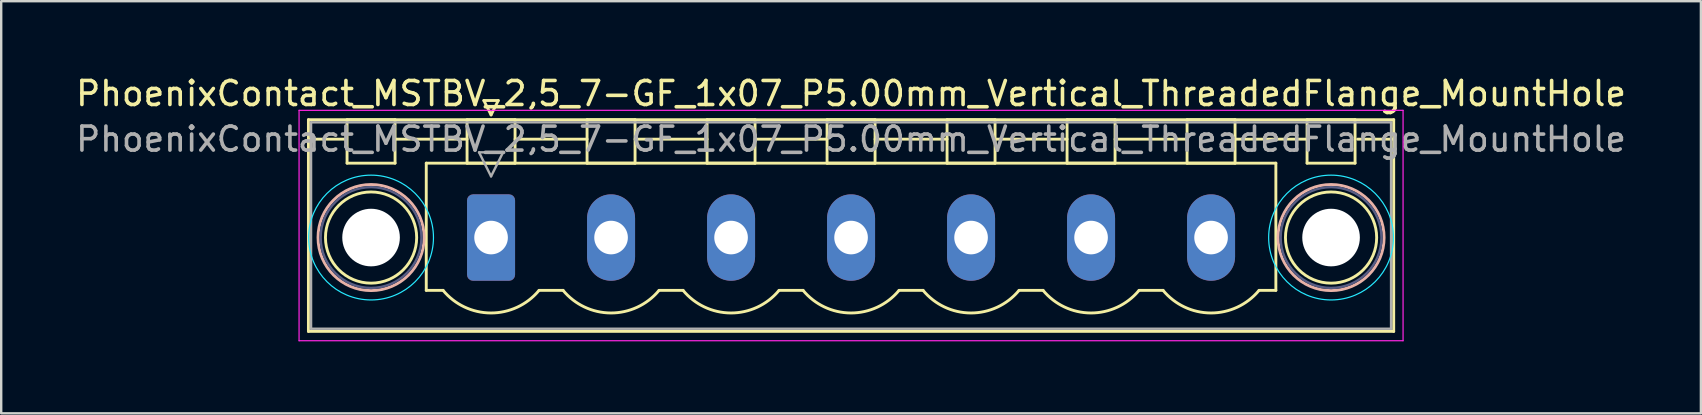
<source format=kicad_pcb>
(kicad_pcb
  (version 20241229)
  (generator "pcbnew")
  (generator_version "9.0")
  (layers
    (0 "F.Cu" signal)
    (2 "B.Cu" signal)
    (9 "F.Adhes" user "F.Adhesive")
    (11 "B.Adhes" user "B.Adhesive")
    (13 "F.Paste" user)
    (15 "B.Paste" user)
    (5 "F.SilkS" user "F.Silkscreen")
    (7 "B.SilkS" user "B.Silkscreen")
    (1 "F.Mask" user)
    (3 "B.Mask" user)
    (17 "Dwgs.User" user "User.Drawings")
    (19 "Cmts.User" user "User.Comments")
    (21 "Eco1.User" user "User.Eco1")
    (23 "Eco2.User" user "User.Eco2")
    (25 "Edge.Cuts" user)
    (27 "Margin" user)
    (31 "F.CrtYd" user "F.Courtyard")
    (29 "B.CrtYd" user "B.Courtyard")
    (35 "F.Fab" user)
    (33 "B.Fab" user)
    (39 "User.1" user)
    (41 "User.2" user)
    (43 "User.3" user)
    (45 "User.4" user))
  (footprint "PhoenixContact_MSTBV_2,5_7-GF_1x07_P5.00mm_Vertical_ThreadedFlange_MountHole"
    (layer "F.Cu")
    (at 17.411 6.848)
    (property "Reference" "PhoenixContact_MSTBV_2,5_7-GF_1x07_P5.00mm_Vertical_ThreadedFlange_MountHole" (at 15 -6 0) (layer "F.SilkS") (effects (font (size 1 1) (thickness 0.15))))
    (attr through_hole)
    (fp_line (start -7.61 -4.91) (end -7.61 3.91) (stroke (width 0.12) (type solid)) (layer "F.SilkS"))
    (fp_line (start -7.61 -4.1) (end -6.11 -4.1) (stroke (width 0.12) (type solid)) (layer "F.SilkS"))
    (fp_line (start -7.61 3.91) (end 37.61 3.91) (stroke (width 0.12) (type solid)) (layer "F.SilkS"))
    (fp_line (start -6 -4.91) (end -4 -4.91) (stroke (width 0.12) (type solid)) (layer "F.SilkS"))
    (fp_line (start -6 -3.1) (end -6 -4.91) (stroke (width 0.12) (type solid)) (layer "F.SilkS"))
    (fp_line (start -4 -4.91) (end -4 -3.1) (stroke (width 0.12) (type solid)) (layer "F.SilkS"))
    (fp_line (start -4 -4.1) (end -1 -4.1) (stroke (width 0.12) (type solid)) (layer "F.SilkS"))
    (fp_line (start -4 -3.1) (end -6 -3.1) (stroke (width 0.12) (type solid)) (layer "F.SilkS"))
    (fp_line (start -2.7 -3.1) (end 32.7 -3.1) (stroke (width 0.12) (type solid)) (layer "F.SilkS"))
    (fp_line (start -2.7 2.2) (end -2.7 -3.1) (stroke (width 0.12) (type solid)) (layer "F.SilkS"))
    (fp_line (start -2 2.2) (end -2.7 2.2) (stroke (width 0.12) (type solid)) (layer "F.SilkS"))
    (fp_line (start -1 -4.91) (end 1 -4.91) (stroke (width 0.12) (type solid)) (layer "F.SilkS"))
    (fp_line (start -1 -3.1) (end -1 -4.91) (stroke (width 0.12) (type solid)) (layer "F.SilkS"))
    (fp_line (start -0.3 -5.71) (end 0.3 -5.71) (stroke (width 0.12) (type solid)) (layer "F.SilkS"))
    (fp_line (start 0 -5.11) (end -0.3 -5.71) (stroke (width 0.12) (type solid)) (layer "F.SilkS"))
    (fp_line (start 0.3 -5.71) (end 0 -5.11) (stroke (width 0.12) (type solid)) (layer "F.SilkS"))
    (fp_line (start 1 -4.91) (end 1 -3.1) (stroke (width 0.12) (type solid)) (layer "F.SilkS"))
    (fp_line (start 1 -4.1) (end 4 -4.1) (stroke (width 0.12) (type solid)) (layer "F.SilkS"))
    (fp_line (start 1 -3.1) (end -1 -3.1) (stroke (width 0.12) (type solid)) (layer "F.SilkS"))
    (fp_line (start 2 2.2) (end 3 2.2) (stroke (width 0.12) (type solid)) (layer "F.SilkS"))
    (fp_line (start 4 -4.91) (end 6 -4.91) (stroke (width 0.12) (type solid)) (layer "F.SilkS"))
    (fp_line (start 4 -3.1) (end 4 -4.91) (stroke (width 0.12) (type solid)) (layer "F.SilkS"))
    (fp_line (start 6 -4.91) (end 6 -3.1) (stroke (width 0.12) (type solid)) (layer "F.SilkS"))
    (fp_line (start 6 -4.1) (end 9 -4.1) (stroke (width 0.12) (type solid)) (layer "F.SilkS"))
    (fp_line (start 6 -3.1) (end 4 -3.1) (stroke (width 0.12) (type solid)) (layer "F.SilkS"))
    (fp_line (start 7 2.2) (end 8 2.2) (stroke (width 0.12) (type solid)) (layer "F.SilkS"))
    (fp_line (start 9 -4.91) (end 11 -4.91) (stroke (width 0.12) (type solid)) (layer "F.SilkS"))
    (fp_line (start 9 -3.1) (end 9 -4.91) (stroke (width 0.12) (type solid)) (layer "F.SilkS"))
    (fp_line (start 11 -4.91) (end 11 -3.1) (stroke (width 0.12) (type solid)) (layer "F.SilkS"))
    (fp_line (start 11 -4.1) (end 14 -4.1) (stroke (width 0.12) (type solid)) (layer "F.SilkS"))
    (fp_line (start 11 -3.1) (end 9 -3.1) (stroke (width 0.12) (type solid)) (layer "F.SilkS"))
    (fp_line (start 12 2.2) (end 13 2.2) (stroke (width 0.12) (type solid)) (layer "F.SilkS"))
    (fp_line (start 14 -4.91) (end 16 -4.91) (stroke (width 0.12) (type solid)) (layer "F.SilkS"))
    (fp_line (start 14 -3.1) (end 14 -4.91) (stroke (width 0.12) (type solid)) (layer "F.SilkS"))
    (fp_line (start 16 -4.91) (end 16 -3.1) (stroke (width 0.12) (type solid)) (layer "F.SilkS"))
    (fp_line (start 16 -4.1) (end 19 -4.1) (stroke (width 0.12) (type solid)) (layer "F.SilkS"))
    (fp_line (start 16 -3.1) (end 14 -3.1) (stroke (width 0.12) (type solid)) (layer "F.SilkS"))
    (fp_line (start 17 2.2) (end 18 2.2) (stroke (width 0.12) (type solid)) (layer "F.SilkS"))
    (fp_line (start 19 -4.91) (end 21 -4.91) (stroke (width 0.12) (type solid)) (layer "F.SilkS"))
    (fp_line (start 19 -3.1) (end 19 -4.91) (stroke (width 0.12) (type solid)) (layer "F.SilkS"))
    (fp_line (start 21 -4.91) (end 21 -3.1) (stroke (width 0.12) (type solid)) (layer "F.SilkS"))
    (fp_line (start 21 -4.1) (end 24 -4.1) (stroke (width 0.12) (type solid)) (layer "F.SilkS"))
    (fp_line (start 21 -3.1) (end 19 -3.1) (stroke (width 0.12) (type solid)) (layer "F.SilkS"))
    (fp_line (start 22 2.2) (end 23 2.2) (stroke (width 0.12) (type solid)) (layer "F.SilkS"))
    (fp_line (start 24 -4.91) (end 26 -4.91) (stroke (width 0.12) (type solid)) (layer "F.SilkS"))
    (fp_line (start 24 -3.1) (end 24 -4.91) (stroke (width 0.12) (type solid)) (layer "F.SilkS"))
    (fp_line (start 26 -4.91) (end 26 -3.1) (stroke (width 0.12) (type solid)) (layer "F.SilkS"))
    (fp_line (start 26 -4.1) (end 29 -4.1) (stroke (width 0.12) (type solid)) (layer "F.SilkS"))
    (fp_line (start 26 -3.1) (end 24 -3.1) (stroke (width 0.12) (type solid)) (layer "F.SilkS"))
    (fp_line (start 27 2.2) (end 28 2.2) (stroke (width 0.12) (type solid)) (layer "F.SilkS"))
    (fp_line (start 29 -4.91) (end 31 -4.91) (stroke (width 0.12) (type solid)) (layer "F.SilkS"))
    (fp_line (start 29 -3.1) (end 29 -4.91) (stroke (width 0.12) (type solid)) (layer "F.SilkS"))
    (fp_line (start 31 -4.91) (end 31 -3.1) (stroke (width 0.12) (type solid)) (layer "F.SilkS"))
    (fp_line (start 31 -4.1) (end 34 -4.1) (stroke (width 0.12) (type solid)) (layer "F.SilkS"))
    (fp_line (start 31 -3.1) (end 29 -3.1) (stroke (width 0.12) (type solid)) (layer "F.SilkS"))
    (fp_line (start 32.7 -3.1) (end 32.7 2.2) (stroke (width 0.12) (type solid)) (layer "F.SilkS"))
    (fp_line (start 32.7 2.2) (end 32 2.2) (stroke (width 0.12) (type solid)) (layer "F.SilkS"))
    (fp_line (start 34 -4.91) (end 36 -4.91) (stroke (width 0.12) (type solid)) (layer "F.SilkS"))
    (fp_line (start 34 -3.1) (end 34 -4.91) (stroke (width 0.12) (type solid)) (layer "F.SilkS"))
    (fp_line (start 36 -4.91) (end 36 -3.1) (stroke (width 0.12) (type solid)) (layer "F.SilkS"))
    (fp_line (start 36 -3.1) (end 34 -3.1) (stroke (width 0.12) (type solid)) (layer "F.SilkS"))
    (fp_line (start 37.61 -4.91) (end -7.61 -4.91) (stroke (width 0.12) (type solid)) (layer "F.SilkS"))
    (fp_line (start 37.61 -4.1) (end 36.11 -4.1) (stroke (width 0.12) (type solid)) (layer "F.SilkS"))
    (fp_line (start 37.61 3.91) (end 37.61 -4.91) (stroke (width 0.12) (type solid)) (layer "F.SilkS"))
    (fp_arc (start 1.986842 2.215821) (mid -0.010289 3.142758) (end -2 2.2) (stroke (width 0.12) (type solid)) (layer "F.SilkS"))
    (fp_arc (start 6.986842 2.215821) (mid 4.989711 3.142758) (end 3 2.2) (stroke (width 0.12) (type solid)) (layer "F.SilkS"))
    (fp_arc (start 11.986842 2.215821) (mid 9.989711 3.142758) (end 8 2.2) (stroke (width 0.12) (type solid)) (layer "F.SilkS"))
    (fp_arc (start 16.986842 2.215821) (mid 14.989711 3.142758) (end 13 2.2) (stroke (width 0.12) (type solid)) (layer "F.SilkS"))
    (fp_arc (start 21.986842 2.215821) (mid 19.989711 3.142758) (end 18 2.2) (stroke (width 0.12) (type solid)) (layer "F.SilkS"))
    (fp_arc (start 26.986842 2.215821) (mid 24.989711 3.142758) (end 23 2.2) (stroke (width 0.12) (type solid)) (layer "F.SilkS"))
    (fp_arc (start 31.986842 2.215821) (mid 29.989711 3.142758) (end 28 2.2) (stroke (width 0.12) (type solid)) (layer "F.SilkS"))
    (fp_circle (center -5 0) (end -3.1 0) (stroke (width 0.12) (type solid)) (fill no) (layer "F.SilkS"))
    (fp_circle (center 35 0) (end 36.9 0) (stroke (width 0.12) (type solid)) (fill no) (layer "F.SilkS"))
    (fp_circle (center -5 0) (end -2.79 0) (stroke (width 0.12) (type solid)) (fill no) (layer "B.SilkS"))
    (fp_circle (center 35 0) (end 37.21 0) (stroke (width 0.12) (type solid)) (fill no) (layer "B.SilkS"))
    (fp_circle (center -5 0) (end -2.4 0) (stroke (width 0.05) (type solid)) (fill no) (layer "B.CrtYd"))
    (fp_circle (center 35 0) (end 37.6 0) (stroke (width 0.05) (type solid)) (fill no) (layer "B.CrtYd"))
    (fp_line (start -8 -5.3) (end -8 4.3) (stroke (width 0.05) (type solid)) (layer "F.CrtYd"))
    (fp_line (start -8 4.3) (end 38 4.3) (stroke (width 0.05) (type solid)) (layer "F.CrtYd"))
    (fp_line (start 38 -5.3) (end -8 -5.3) (stroke (width 0.05) (type solid)) (layer "F.CrtYd"))
    (fp_line (start 38 4.3) (end 38 -5.3) (stroke (width 0.05) (type solid)) (layer "F.CrtYd"))
    (fp_circle (center -5 0) (end -2.9 0) (stroke (width 0.1) (type solid)) (fill no) (layer "B.Fab"))
    (fp_circle (center 35 0) (end 37.1 0) (stroke (width 0.1) (type solid)) (fill no) (layer "B.Fab"))
    (fp_line (start -7.5 -4.8) (end -7.5 3.8) (stroke (width 0.1) (type solid)) (layer "F.Fab"))
    (fp_line (start -7.5 3.8) (end 37.5 3.8) (stroke (width 0.1) (type solid)) (layer "F.Fab"))
    (fp_line (start -0.5 -3.55) (end 0.5 -3.55) (stroke (width 0.1) (type solid)) (layer "F.Fab"))
    (fp_line (start 0 -2.55) (end -0.5 -3.55) (stroke (width 0.1) (type solid)) (layer "F.Fab"))
    (fp_line (start 0.5 -3.55) (end 0 -2.55) (stroke (width 0.1) (type solid)) (layer "F.Fab"))
    (fp_line (start 37.5 -4.8) (end -7.5 -4.8) (stroke (width 0.1) (type solid)) (layer "F.Fab"))
    (fp_line (start 37.5 3.8) (end 37.5 -4.8) (stroke (width 0.1) (type solid)) (layer "F.Fab"))
    (fp_text user "${REFERENCE}" (at 15 -4.1 0) (layer "F.Fab") (effects (font (size 1 1) (thickness 0.15))))
    (pad "" np_thru_hole circle (at -5 0) (size 2.4 2.4) (drill 2.4) (layers "*.Cu" "*.Mask"))
    (pad "" np_thru_hole circle (at 35 0) (size 2.4 2.4) (drill 2.4) (layers "*.Cu" "*.Mask"))
    (pad "1" thru_hole roundrect (at 0 0) (size 2 3.6) (drill 1.4) (layers "*.Cu" "*.Mask") (roundrect_rratio 0.125))
    (pad "2" thru_hole oval (at 5 0) (size 2 3.6) (drill 1.4) (layers "*.Cu" "*.Mask"))
    (pad "3" thru_hole oval (at 10 0) (size 2 3.6) (drill 1.4) (layers "*.Cu" "*.Mask"))
    (pad "4" thru_hole oval (at 15 0) (size 2 3.6) (drill 1.4) (layers "*.Cu" "*.Mask"))
    (pad "5" thru_hole oval (at 20 0) (size 2 3.6) (drill 1.4) (layers "*.Cu" "*.Mask"))
    (pad "6" thru_hole oval (at 25 0) (size 2 3.6) (drill 1.4) (layers "*.Cu" "*.Mask"))
    (pad "7" thru_hole oval (at 30 0) (size 2 3.6) (drill 1.4) (layers "*.Cu" "*.Mask")))
  (gr_rect
    (start -3 -3)
    (end 67.821 14.173)
    (stroke (width 0.1) (type default))
    (fill no)
    (layer "Edge.Cuts")))
</source>
